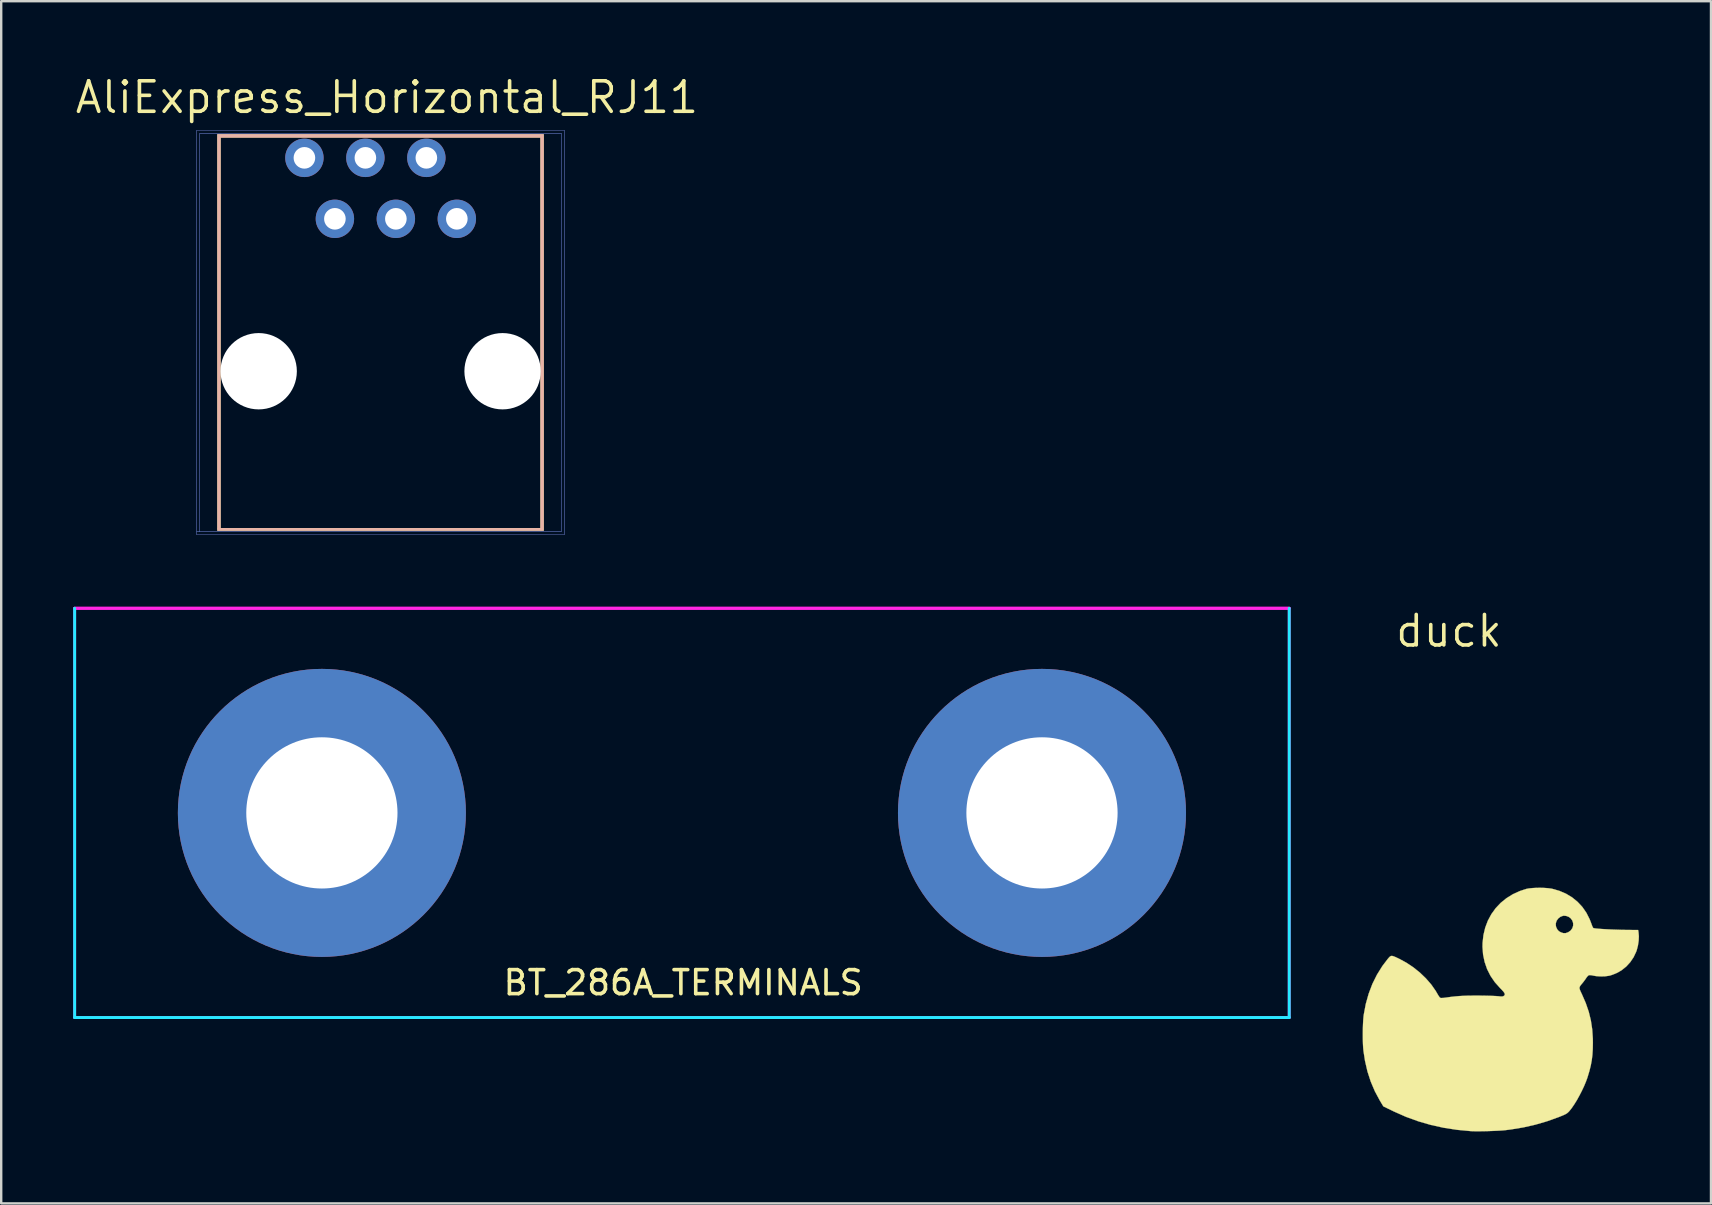
<source format=kicad_pcb>
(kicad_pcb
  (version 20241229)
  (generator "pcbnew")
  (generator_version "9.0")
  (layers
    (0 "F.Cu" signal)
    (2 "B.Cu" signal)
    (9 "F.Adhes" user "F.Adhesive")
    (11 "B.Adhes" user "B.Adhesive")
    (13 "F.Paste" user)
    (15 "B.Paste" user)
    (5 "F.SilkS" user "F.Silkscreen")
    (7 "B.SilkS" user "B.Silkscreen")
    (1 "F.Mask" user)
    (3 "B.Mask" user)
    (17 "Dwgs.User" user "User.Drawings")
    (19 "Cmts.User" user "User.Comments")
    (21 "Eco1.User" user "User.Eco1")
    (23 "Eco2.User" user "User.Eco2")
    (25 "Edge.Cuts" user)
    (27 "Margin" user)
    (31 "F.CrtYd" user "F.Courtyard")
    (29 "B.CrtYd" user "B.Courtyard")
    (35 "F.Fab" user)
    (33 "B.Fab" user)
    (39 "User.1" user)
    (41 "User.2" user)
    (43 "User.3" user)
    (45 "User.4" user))
  (footprint "duck"
    (layer "F.Cu")
    (at 57.312 23.238)
    (property "Reference" "duck" (at 0 0 0) (layer "F.SilkS") (effects (font (size 1.27 1.27) (thickness 0.15))))
    (attr through_hole)
    (fp_poly (pts (xy 3.971 10.703) (xy 4.129 10.714) (xy 4.263 10.732) (xy 4.297 10.738) (xy 4.599 10.824) (xy 4.878 10.943) (xy 5.132 11.096) (xy 5.359 11.281) (xy 5.559 11.495) (xy 5.728 11.739) (xy 5.865 12.01) (xy 5.934 12.189) (xy 5.962 12.267) (xy 5.99 12.332) (xy 6.012 12.37) (xy 6.015 12.372) (xy 6.044 12.382) (xy 6.111 12.392) (xy 6.211 12.402) (xy 6.338 12.412) (xy 6.487 12.421) (xy 6.653 12.43) (xy 6.832 12.438) (xy 7.018 12.444) (xy 7.206 12.45) (xy 7.392 12.453) (xy 7.493 12.454) (xy 7.884 12.457) (xy 7.899 12.541) (xy 7.914 12.713) (xy 7.906 12.905) (xy 7.876 13.104) (xy 7.826 13.297) (xy 7.801 13.366) (xy 7.695 13.59) (xy 7.556 13.796) (xy 7.388 13.979) (xy 7.197 14.132) (xy 7.025 14.233) (xy 6.921 14.279) (xy 6.812 14.321) (xy 6.715 14.353) (xy 6.678 14.362) (xy 6.505 14.386) (xy 6.317 14.391) (xy 6.136 14.378) (xy 6.03 14.36) (xy 5.95 14.344) (xy 5.88 14.336) (xy 5.836 14.338) (xy 5.835 14.338) (xy 5.799 14.362) (xy 5.754 14.41) (xy 5.726 14.451) (xy 5.677 14.522) (xy 5.616 14.605) (xy 5.565 14.669) (xy 5.505 14.74) (xy 5.465 14.795) (xy 5.444 14.842) (xy 5.442 14.889) (xy 5.458 14.948) (xy 5.491 15.026) (xy 5.542 15.133) (xy 5.544 15.137) (xy 5.704 15.505) (xy 5.827 15.864) (xy 5.915 16.225) (xy 5.971 16.596) (xy 5.997 16.987) (xy 5.999 17.156) (xy 5.994 17.423) (xy 5.979 17.661) (xy 5.952 17.883) (xy 5.911 18.102) (xy 5.854 18.331) (xy 5.778 18.583) (xy 5.776 18.591) (xy 5.712 18.769) (xy 5.632 18.961) (xy 5.538 19.16) (xy 5.436 19.358) (xy 5.33 19.549) (xy 5.222 19.723) (xy 5.118 19.875) (xy 5.021 19.997) (xy 4.988 20.033) (xy 4.949 20.07) (xy 4.905 20.103) (xy 4.848 20.135) (xy 4.771 20.171) (xy 4.667 20.214) (xy 4.569 20.253) (xy 4.089 20.425) (xy 3.605 20.566) (xy 3.109 20.679) (xy 2.59 20.765) (xy 2.349 20.796) (xy 2.243 20.806) (xy 2.104 20.815) (xy 1.942 20.823) (xy 1.765 20.83) (xy 1.583 20.836) (xy 1.403 20.84) (xy 1.234 20.841) (xy 1.086 20.841) (xy 0.967 20.838) (xy 0.921 20.836) (xy 0.337 20.781) (xy -0.22 20.695) (xy -0.757 20.576) (xy -1.278 20.425) (xy -1.788 20.24) (xy -2.29 20.018) (xy -2.334 19.997) (xy -2.731 19.804) (xy -2.879 19.558) (xy -3.084 19.176) (xy -3.255 18.775) (xy -3.392 18.353) (xy -3.495 17.908) (xy -3.559 17.494) (xy -3.572 17.356) (xy -3.581 17.188) (xy -3.586 16.998) (xy -3.587 16.796) (xy -3.585 16.592) (xy -3.579 16.396) (xy -3.57 16.217) (xy -3.557 16.065) (xy -3.548 15.991) (xy -3.463 15.539) (xy -3.342 15.109) (xy -3.187 14.701) (xy -2.996 14.317) (xy -2.771 13.956) (xy -2.55 13.666) (xy -2.498 13.605) (xy -2.455 13.562) (xy -2.414 13.539) (xy -2.368 13.535) (xy -2.308 13.55) (xy -2.226 13.583) (xy -2.117 13.634) (xy -2.079 13.652) (xy -1.774 13.817) (xy -1.482 14.011) (xy -1.208 14.231) (xy -0.959 14.47) (xy -0.738 14.724) (xy -0.552 14.989) (xy -0.483 15.108) (xy -0.439 15.182) (xy -0.398 15.242) (xy -0.367 15.278) (xy -0.361 15.282) (xy -0.318 15.289) (xy -0.237 15.286) (xy -0.125 15.272) (xy 0.067 15.245) (xy 0.246 15.225) (xy 0.423 15.209) (xy 0.605 15.199) (xy 0.803 15.192) (xy 1.027 15.19) (xy 1.228 15.19) (xy 1.397 15.191) (xy 1.563 15.194) (xy 1.718 15.198) (xy 1.853 15.203) (xy 1.963 15.208) (xy 2.038 15.214) (xy 2.043 15.214) (xy 2.139 15.224) (xy 2.203 15.227) (xy 2.246 15.221) (xy 2.278 15.208) (xy 2.281 15.206) (xy 2.317 15.174) (xy 2.33 15.137) (xy 2.317 15.091) (xy 2.277 15.03) (xy 2.207 14.951) (xy 2.131 14.874) (xy 1.914 14.631) (xy 1.734 14.368) (xy 1.592 14.087) (xy 1.489 13.79) (xy 1.424 13.48) (xy 1.4 13.157) (xy 1.403 12.996) (xy 1.439 12.669) (xy 1.513 12.359) (xy 1.583 12.173) (xy 4.455 12.173) (xy 4.455 12.282) (xy 4.476 12.351) (xy 4.523 12.442) (xy 4.583 12.506) (xy 4.667 12.554) (xy 4.771 12.588) (xy 4.868 12.586) (xy 4.973 12.548) (xy 4.975 12.547) (xy 5.074 12.476) (xy 5.141 12.384) (xy 5.176 12.278) (xy 5.176 12.168) (xy 5.14 12.06) (xy 5.071 11.967) (xy 4.987 11.907) (xy 4.887 11.87) (xy 4.786 11.861) (xy 4.755 11.865) (xy 4.644 11.907) (xy 4.554 11.978) (xy 4.49 12.069) (xy 4.455 12.173) (xy 1.583 12.173) (xy 1.623 12.068) (xy 1.768 11.798) (xy 1.946 11.55) (xy 2.155 11.328) (xy 2.394 11.134) (xy 2.66 10.968) (xy 2.954 10.834) (xy 3.217 10.747) (xy 3.327 10.725) (xy 3.469 10.71) (xy 3.63 10.701) (xy 3.801 10.698) (xy 3.971 10.703)) (stroke (width 0.01) (type solid)) (fill yes) (layer "F.SilkS")))
  (footprint "BT_286A_TERMINALS"
    (layer "F.Cu")
    (at 25.36 30.816)
    (property "Reference" "BT_286A_TERMINALS" (at 0.051 7.074 0) (layer "F.SilkS") (effects (font (size 1 1) (thickness 0.15))))
    (attr through_hole)
    (fp_line (start -25.3 -8.525) (end -25.3 8.525) (stroke (width 0.12) (type solid)) (layer "B.CrtYd"))
    (fp_line (start -25.3 8.525) (end 25.3 8.525) (stroke (width 0.12) (type solid)) (layer "B.CrtYd"))
    (fp_line (start 25.3 -8.525) (end 25.3 8.525) (stroke (width 0.12) (type solid)) (layer "B.CrtYd"))
    (fp_line (start -25.3 -8.525) (end -25.3 8.525) (stroke (width 0.12) (type solid)) (layer "F.CrtYd"))
    (fp_line (start -25.3 -8.525) (end 25.3 -8.525) (stroke (width 0.12) (type solid)) (layer "F.CrtYd"))
    (fp_line (start -25.3 -8.525) (end 25.3 -8.525) (stroke (width 0.12) (type solid)) (layer "F.CrtYd"))
    (fp_line (start -25.3 8.525) (end 25.3 8.525) (stroke (width 0.12) (type solid)) (layer "F.CrtYd"))
    (fp_line (start 25.3 -8.525) (end 25.3 8.525) (stroke (width 0.12) (type solid)) (layer "F.CrtYd"))
    (pad "1" thru_hole circle (at -15 0) (size 12 12) (drill 6.3) (layers "*.Cu" "*.Mask"))
    (pad "2" thru_hole circle (at 15 0) (size 12 12) (drill 6.3) (layers "*.Cu" "*.Mask")))
  (footprint "AliExpress_Horizontal_RJ11"
    (layer "F.Cu")
    (at 12.575 9.934)
    (property "Reference" "AliExpress_Horizontal_RJ11" (at 0.495 -8.928 0) (layer "F.SilkS") (effects (font (size 1.27 1.27) (thickness 0.15))))
    (attr through_hole)
    (fp_poly (pts (xy 7.023 9.123) (xy -6.566 9.123) (xy -6.566 -7.26) (xy -6.439 -7.26) (xy -6.439 9.017) (xy 6.896 9.017) (xy 6.896 -7.26) (xy -6.439 -7.26) (xy -6.566 -7.26) (xy -6.566 -7.387) (xy 7.023 -7.387) (xy 7.023 9.123)) (stroke (width 0.01) (type solid)) (fill yes) (layer "F.SilkS"))
    (fp_poly (pts (xy 7.023 9.123) (xy -6.566 9.123) (xy -6.566 -7.26) (xy -6.439 -7.26) (xy -6.439 9.017) (xy 6.896 9.017) (xy 6.896 -7.26) (xy -6.439 -7.26) (xy -6.566 -7.26) (xy -6.566 -7.387) (xy 7.023 -7.387) (xy 7.023 9.123)) (stroke (width 0.01) (type solid)) (fill yes) (layer "B.SilkS"))
    (fp_poly (pts (xy 7.891 9.292) (xy -7.434 9.292) (xy -7.434 -7.429) (xy -7.307 -7.429) (xy -7.307 9.165) (xy 7.764 9.165) (xy 7.764 -7.429) (xy -7.307 -7.429) (xy -7.434 -7.429) (xy -7.434 -7.556) (xy 7.891 -7.556) (xy 7.891 9.292)) (stroke (width 0.01) (type solid)) (fill no) (layer "B.CrtYd"))
    (fp_poly (pts (xy 7.891 9.292) (xy -7.434 9.292) (xy -7.434 -7.429) (xy -7.307 -7.429) (xy -7.307 9.165) (xy 7.764 9.165) (xy 7.764 -7.429) (xy -7.307 -7.429) (xy -7.434 -7.429) (xy -7.434 -7.556) (xy 7.891 -7.556) (xy 7.891 9.292)) (stroke (width 0.01) (type solid)) (fill no) (layer "F.CrtYd"))
    (pad "" np_thru_hole circle (at -4.848 2.482) (size 3.18 3.18) (drill 3.18) (layers "*.Cu" "*.Mask"))
    (pad "" np_thru_hole circle (at 5.312 2.482) (size 3.18 3.18) (drill 3.18) (layers "*.Cu" "*.Mask"))
    (pad "1" thru_hole circle (at -2.943 -6.408) (size 1.6 1.6) (drill 0.9) (layers "*.Cu" "*.Mask"))
    (pad "2" thru_hole circle (at -1.673 -3.868) (size 1.6 1.6) (drill 0.9) (layers "*.Cu" "*.Mask"))
    (pad "3" thru_hole circle (at -0.403 -6.408) (size 1.6 1.6) (drill 0.9) (layers "*.Cu" "*.Mask"))
    (pad "4" thru_hole circle (at 0.867 -3.868) (size 1.6 1.6) (drill 0.9) (layers "*.Cu" "*.Mask"))
    (pad "5" thru_hole circle (at 2.137 -6.408) (size 1.6 1.6) (drill 0.9) (layers "*.Cu" "*.Mask"))
    (pad "6" thru_hole circle (at 3.407 -3.868) (size 1.6 1.6) (drill 0.9) (layers "*.Cu" "*.Mask")))
  (gr_rect
    (start -3 -3)
    (end 68.231 47.084)
    (stroke (width 0.1) (type default))
    (fill no)
    (layer "Edge.Cuts")))
</source>
